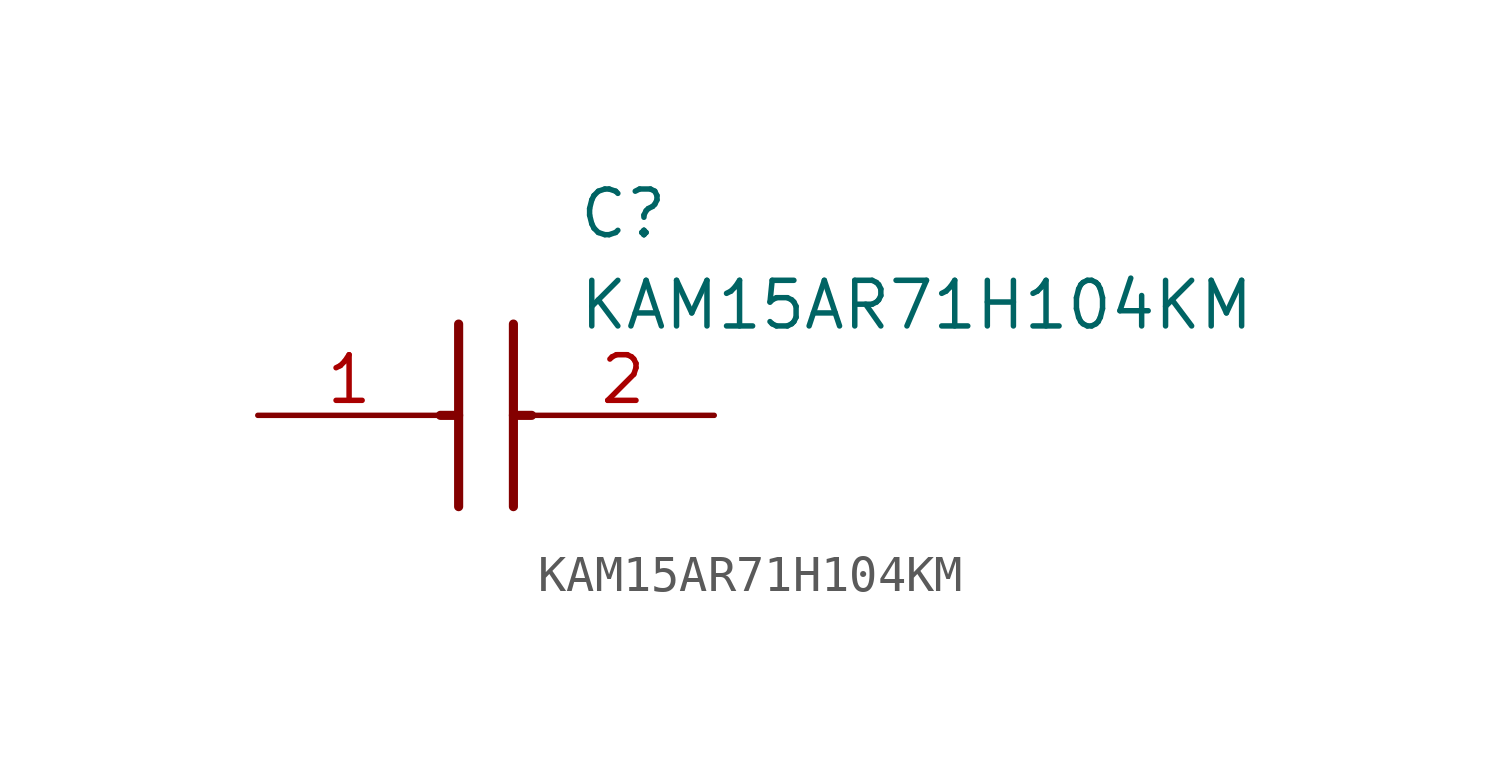
<source format=kicad_sym>
(kicad_symbol_lib
  (version 20211014)
  (generator SamacSys_ECAD_Model)
  (symbol "KAM15AR71H104KM"
    (pin_names hide)
    (property "Reference" "C"
      (at 8.89 6.35 0)
      (effects (font (size 1.27 1.27)) (justify left top)))
    (property "Value" "KAM15AR71H104KM"
      (at 8.89 3.81 0)
      (effects (font (size 1.27 1.27)) (justify left top)))
    (polyline
      (pts (xy 5.588 2.54) (xy 5.588 -2.54))
      (stroke (width 0.254) (type default))
      (fill (type none)))
    (polyline
      (pts (xy 7.112 2.54) (xy 7.112 -2.54))
      (stroke (width 0.254) (type default))
      (fill (type none)))
    (polyline
      (pts (xy 5.08 0) (xy 5.588 0))
      (stroke (width 0.254) (type default))
      (fill (type none)))
    (polyline
      (pts (xy 7.112 0) (xy 7.62 0))
      (stroke (width 0.254) (type default))
      (fill (type none)))
    (pin passive line
      (at 0 0 0)
      (length 5.08)
      (name "1" (effects (font (size 1.27 1.27))))
      (number "1" (effects (font (size 1.27 1.27)))))
    (pin passive line
      (at 12.7 0 180)
      (length 5.08)
      (name "2" (effects (font (size 1.27 1.27))))
      (number "2" (effects (font (size 1.27 1.27)))))))
</source>
